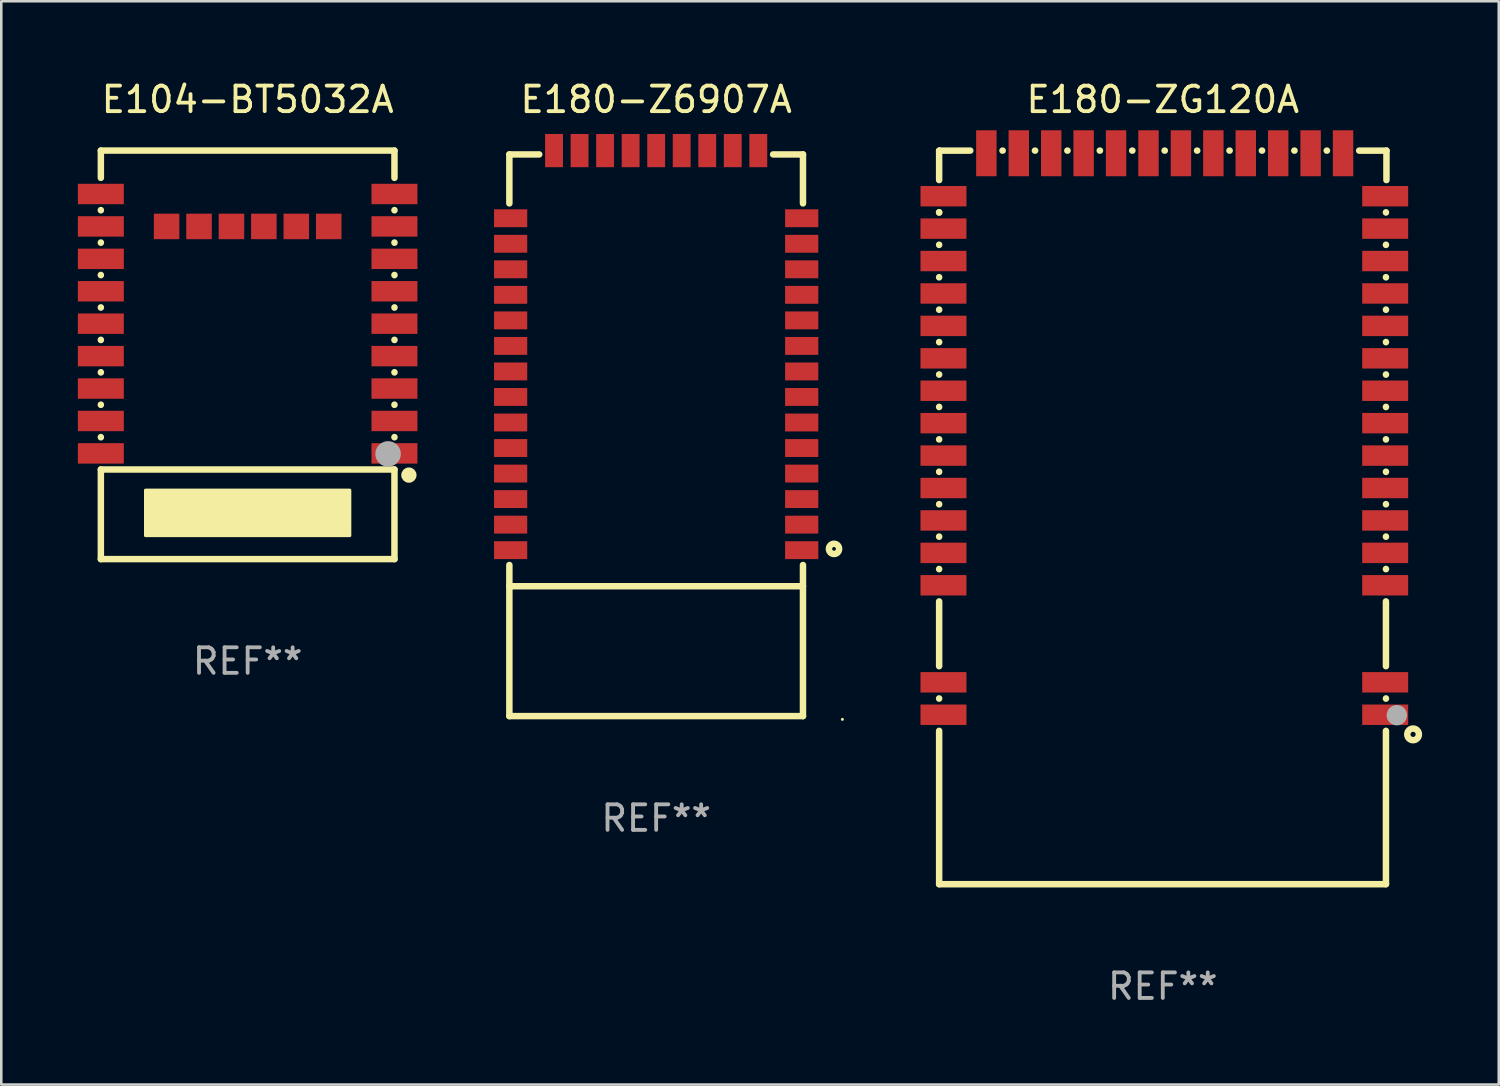
<source format=kicad_pcb>
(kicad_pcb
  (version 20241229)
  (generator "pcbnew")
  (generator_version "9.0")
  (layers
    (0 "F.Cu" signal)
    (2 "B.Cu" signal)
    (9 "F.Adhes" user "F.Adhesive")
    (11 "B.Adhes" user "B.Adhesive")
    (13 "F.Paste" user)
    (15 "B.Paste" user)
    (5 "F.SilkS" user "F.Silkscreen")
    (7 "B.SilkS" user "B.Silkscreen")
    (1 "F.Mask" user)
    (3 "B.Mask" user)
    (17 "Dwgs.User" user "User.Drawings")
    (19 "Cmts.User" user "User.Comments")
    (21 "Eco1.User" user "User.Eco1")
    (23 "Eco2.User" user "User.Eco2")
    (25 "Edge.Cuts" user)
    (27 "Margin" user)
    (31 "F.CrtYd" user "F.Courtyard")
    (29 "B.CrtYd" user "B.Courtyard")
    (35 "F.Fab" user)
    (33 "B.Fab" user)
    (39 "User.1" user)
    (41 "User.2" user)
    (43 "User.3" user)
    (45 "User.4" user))
  (footprint "E180-Z6907A"
    (layer "F.Cu")
    (at 22.65 13.923)
    (property "Reference" "E180-Z6907A" (at 0 -13.075 0) (layer "F.SilkS") (effects (font (size 1 1) (thickness 0.15))))
    (attr through_hole)
    (fp_line (start -5.75 -10.925) (end -5.75 -9.006) (stroke (width 0.254) (type solid)) (layer "F.SilkS"))
    (fp_line (start -5.75 5.156) (end -5.75 11.075) (stroke (width 0.254) (type solid)) (layer "F.SilkS"))
    (fp_line (start -4.581 -10.925) (end -5.75 -10.925) (stroke (width 0.254) (type solid)) (layer "F.SilkS"))
    (fp_line (start 5.75 -10.925) (end 4.581 -10.925) (stroke (width 0.254) (type solid)) (layer "F.SilkS"))
    (fp_line (start 5.75 -9.006) (end 5.75 -10.925) (stroke (width 0.254) (type solid)) (layer "F.SilkS"))
    (fp_line (start 5.75 5.987) (end -5.75 5.987) (stroke (width 0.254) (type solid)) (layer "F.SilkS"))
    (fp_line (start 5.75 11.075) (end -5.75 11.075) (stroke (width 0.254) (type solid)) (layer "F.SilkS"))
    (fp_line (start 5.75 11.075) (end 5.75 5.156) (stroke (width 0.254) (type solid)) (layer "F.SilkS"))
    (fp_circle (center 6.966 4.525) (end 7.166 4.525) (stroke (width 0.254) (type solid)) (fill no) (layer "F.SilkS"))
    (fp_circle (center 7.293 11.202) (end 7.323 11.202) (stroke (width 0.06) (type solid)) (fill no) (layer "F.SilkS"))
    (fp_text user "ANT" (at 2.475 7.075 0) (layer "B.Mask") (effects (font (size 1 1) (thickness 0.15))))
    (fp_text user "REF**" (at 0 15.075 0) (layer "F.Fab") (effects (font (size 1 1) (thickness 0.15))))
    (pad "1" smd rect (at 5.7 4.575 270) (size 0.7 1.3) (layers "F.Cu" "F.Mask" "F.Paste"))
    (pad "2" smd rect (at 5.7 3.575 270) (size 0.7 1.3) (layers "F.Cu" "F.Mask" "F.Paste"))
    (pad "3" smd rect (at 5.7 2.575 270) (size 0.7 1.3) (layers "F.Cu" "F.Mask" "F.Paste"))
    (pad "4" smd rect (at 5.7 1.575 270) (size 0.7 1.3) (layers "F.Cu" "F.Mask" "F.Paste"))
    (pad "5" smd rect (at 5.7 0.575 270) (size 0.7 1.3) (layers "F.Cu" "F.Mask" "F.Paste"))
    (pad "6" smd rect (at 5.7 -0.425 270) (size 0.7 1.3) (layers "F.Cu" "F.Mask" "F.Paste"))
    (pad "7" smd rect (at 5.7 -1.425 270) (size 0.7 1.3) (layers "F.Cu" "F.Mask" "F.Paste"))
    (pad "8" smd rect (at 5.7 -2.425 270) (size 0.7 1.3) (layers "F.Cu" "F.Mask" "F.Paste"))
    (pad "9" smd rect (at 5.7 -3.425 270) (size 0.7 1.3) (layers "F.Cu" "F.Mask" "F.Paste"))
    (pad "10" smd rect (at 5.7 -4.425 270) (size 0.7 1.3) (layers "F.Cu" "F.Mask" "F.Paste"))
    (pad "11" smd rect (at 5.7 -5.425 270) (size 0.7 1.3) (layers "F.Cu" "F.Mask" "F.Paste"))
    (pad "12" smd rect (at 5.7 -6.425 270) (size 0.7 1.3) (layers "F.Cu" "F.Mask" "F.Paste"))
    (pad "13" smd rect (at 5.7 -7.425 270) (size 0.7 1.3) (layers "F.Cu" "F.Mask" "F.Paste"))
    (pad "14" smd rect (at 5.7 -8.425 270) (size 0.7 1.3) (layers "F.Cu" "F.Mask" "F.Paste"))
    (pad "15" smd rect (at 4 -11.075) (size 0.7 1.3) (layers "F.Cu" "F.Mask" "F.Paste"))
    (pad "16" smd rect (at 3 -11.075) (size 0.7 1.3) (layers "F.Cu" "F.Mask" "F.Paste"))
    (pad "17" smd rect (at 2 -11.075) (size 0.7 1.3) (layers "F.Cu" "F.Mask" "F.Paste"))
    (pad "18" smd rect (at 1 -11.075) (size 0.7 1.3) (layers "F.Cu" "F.Mask" "F.Paste"))
    (pad "19" smd rect (at 0.000152 -11.075) (size 0.7 1.3) (layers "F.Cu" "F.Mask" "F.Paste"))
    (pad "20" smd rect (at -1 -11.075) (size 0.7 1.3) (layers "F.Cu" "F.Mask" "F.Paste"))
    (pad "21" smd rect (at -2 -11.075) (size 0.7 1.3) (layers "F.Cu" "F.Mask" "F.Paste"))
    (pad "22" smd rect (at -3 -11.075) (size 0.7 1.3) (layers "F.Cu" "F.Mask" "F.Paste"))
    (pad "23" smd rect (at -4 -11.075) (size 0.7 1.3) (layers "F.Cu" "F.Mask" "F.Paste"))
    (pad "24" smd rect (at -5.7 -8.425 90) (size 0.7 1.3) (layers "F.Cu" "F.Mask" "F.Paste"))
    (pad "25" smd rect (at -5.7 -7.425 90) (size 0.7 1.3) (layers "F.Cu" "F.Mask" "F.Paste"))
    (pad "26" smd rect (at -5.7 -6.425 90) (size 0.7 1.3) (layers "F.Cu" "F.Mask" "F.Paste"))
    (pad "27" smd rect (at -5.7 -5.425 90) (size 0.7 1.3) (layers "F.Cu" "F.Mask" "F.Paste"))
    (pad "28" smd rect (at -5.7 -4.425 90) (size 0.7 1.3) (layers "F.Cu" "F.Mask" "F.Paste"))
    (pad "29" smd rect (at -5.7 -3.425 90) (size 0.7 1.3) (layers "F.Cu" "F.Mask" "F.Paste"))
    (pad "30" smd rect (at -5.7 -2.425 90) (size 0.7 1.3) (layers "F.Cu" "F.Mask" "F.Paste"))
    (pad "31" smd rect (at -5.7 -1.425 90) (size 0.7 1.3) (layers "F.Cu" "F.Mask" "F.Paste"))
    (pad "32" smd rect (at -5.7 -0.425 90) (size 0.7 1.3) (layers "F.Cu" "F.Mask" "F.Paste"))
    (pad "33" smd rect (at -5.7 0.575 90) (size 0.7 1.3) (layers "F.Cu" "F.Mask" "F.Paste"))
    (pad "34" smd rect (at -5.7 1.575 90) (size 0.7 1.3) (layers "F.Cu" "F.Mask" "F.Paste"))
    (pad "35" smd rect (at -5.7 2.575 90) (size 0.7 1.3) (layers "F.Cu" "F.Mask" "F.Paste"))
    (pad "36" smd rect (at -5.7 3.575 90) (size 0.7 1.3) (layers "F.Cu" "F.Mask" "F.Paste"))
    (pad "37" smd rect (at -5.7 4.575 90) (size 0.7 1.3) (layers "F.Cu" "F.Mask" "F.Paste")))
  (footprint "E104-BT5032A"
    (layer "F.Cu")
    (at 6.65 10.848)
    (property "Reference" "E104-BT5032A" (at 0 -10 0) (layer "F.SilkS") (effects (font (size 1 1) (thickness 0.15))))
    (attr through_hole)
    (fp_line (start -5.75 -6.931) (end -5.75 -8) (stroke (width 0.254) (type solid)) (layer "F.SilkS"))
    (fp_line (start -5.75 -5.661) (end -5.75 -5.669) (stroke (width 0.254) (type solid)) (layer "F.SilkS"))
    (fp_line (start -5.75 -4.391) (end -5.75 -4.399) (stroke (width 0.254) (type solid)) (layer "F.SilkS"))
    (fp_line (start -5.75 -3.121) (end -5.75 -3.129) (stroke (width 0.254) (type solid)) (layer "F.SilkS"))
    (fp_line (start -5.75 -1.851) (end -5.75 -1.859) (stroke (width 0.254) (type solid)) (layer "F.SilkS"))
    (fp_line (start -5.75 -0.581) (end -5.75 -0.589) (stroke (width 0.254) (type solid)) (layer "F.SilkS"))
    (fp_line (start -5.75 0.689) (end -5.75 0.681) (stroke (width 0.254) (type solid)) (layer "F.SilkS"))
    (fp_line (start -5.75 1.959) (end -5.75 1.951) (stroke (width 0.254) (type solid)) (layer "F.SilkS"))
    (fp_line (start -5.75 3.229) (end -5.75 3.221) (stroke (width 0.254) (type solid)) (layer "F.SilkS"))
    (fp_line (start -5.75 4.491) (end 5.75 4.491) (stroke (width 0.254) (type solid)) (layer "F.SilkS"))
    (fp_line (start -5.75 8) (end -5.75 4.491) (stroke (width 0.254) (type solid)) (layer "F.SilkS"))
    (fp_line (start 5.75 -8) (end -5.75 -8) (stroke (width 0.254) (type solid)) (layer "F.SilkS"))
    (fp_line (start 5.75 -8) (end 5.75 -6.931) (stroke (width 0.254) (type solid)) (layer "F.SilkS"))
    (fp_line (start 5.75 -5.669) (end 5.75 -5.661) (stroke (width 0.254) (type solid)) (layer "F.SilkS"))
    (fp_line (start 5.75 -4.399) (end 5.75 -4.391) (stroke (width 0.254) (type solid)) (layer "F.SilkS"))
    (fp_line (start 5.75 -3.129) (end 5.75 -3.121) (stroke (width 0.254) (type solid)) (layer "F.SilkS"))
    (fp_line (start 5.75 -1.859) (end 5.75 -1.851) (stroke (width 0.254) (type solid)) (layer "F.SilkS"))
    (fp_line (start 5.75 -0.589) (end 5.75 -0.581) (stroke (width 0.254) (type solid)) (layer "F.SilkS"))
    (fp_line (start 5.75 0.681) (end 5.75 0.689) (stroke (width 0.254) (type solid)) (layer "F.SilkS"))
    (fp_line (start 5.75 1.951) (end 5.75 1.959) (stroke (width 0.254) (type solid)) (layer "F.SilkS"))
    (fp_line (start 5.75 3.221) (end 5.75 3.229) (stroke (width 0.254) (type solid)) (layer "F.SilkS"))
    (fp_line (start 5.75 4.491) (end 5.75 8) (stroke (width 0.254) (type solid)) (layer "F.SilkS"))
    (fp_line (start 5.75 8) (end -5.75 8) (stroke (width 0.254) (type solid)) (layer "F.SilkS"))
    (fp_circle (center 5.75 8) (end 5.78 8) (stroke (width 0.06) (type solid)) (fill no) (layer "F.SilkS"))
    (fp_circle (center 6.315 4.71) (end 6.465 4.71) (stroke (width 0.3) (type solid)) (fill no) (layer "F.SilkS"))
    (fp_poly (pts (xy -4 5.3) (xy 4 5.3) (xy 4 7.08) (xy -4 7.08)) (stroke (width 0.12) (type solid)) (fill yes) (layer "F.SilkS"))
    (fp_circle (center 5.5 3.88) (end 5.75 3.88) (stroke (width 0.5) (type solid)) (fill no) (layer "F.Fab"))
    (fp_text user "REF**" (at 0 12 0) (layer "F.Fab") (effects (font (size 1 1) (thickness 0.15))))
    (pad "1" smd rect (at 5.75 3.86 180) (size 1.8 0.8) (layers "F.Cu" "F.Mask" "F.Paste"))
    (pad "2" smd rect (at 5.75 2.59 180) (size 1.8 0.8) (layers "F.Cu" "F.Mask" "F.Paste"))
    (pad "3" smd rect (at 5.75 1.32 180) (size 1.8 0.8) (layers "F.Cu" "F.Mask" "F.Paste"))
    (pad "4" smd rect (at 5.75 0.05 180) (size 1.8 0.8) (layers "F.Cu" "F.Mask" "F.Paste"))
    (pad "5" smd rect (at 5.75 -1.22 180) (size 1.8 0.8) (layers "F.Cu" "F.Mask" "F.Paste"))
    (pad "6" smd rect (at 5.75 -2.49 180) (size 1.8 0.8) (layers "F.Cu" "F.Mask" "F.Paste"))
    (pad "7" smd rect (at 5.75 -3.76 180) (size 1.8 0.8) (layers "F.Cu" "F.Mask" "F.Paste"))
    (pad "8" smd rect (at 5.75 -5.03 180) (size 1.8 0.8) (layers "F.Cu" "F.Mask" "F.Paste"))
    (pad "9" smd rect (at 5.75 -6.3 180) (size 1.8 0.8) (layers "F.Cu" "F.Mask" "F.Paste"))
    (pad "10" smd rect (at 3.175 -5.03 180) (size 1 1) (layers "F.Cu" "F.Mask" "F.Paste"))
    (pad "11" smd rect (at 1.905 -5.03 180) (size 1 1) (layers "F.Cu" "F.Mask" "F.Paste"))
    (pad "12" smd rect (at 0.635 -5.03 180) (size 1 1) (layers "F.Cu" "F.Mask" "F.Paste"))
    (pad "13" smd rect (at -0.635 -5.03 180) (size 1 1) (layers "F.Cu" "F.Mask" "F.Paste"))
    (pad "14" smd rect (at -1.905 -5.03 180) (size 1 1) (layers "F.Cu" "F.Mask" "F.Paste"))
    (pad "15" smd rect (at -3.175 -5.03 180) (size 1 1) (layers "F.Cu" "F.Mask" "F.Paste"))
    (pad "16" smd rect (at -5.75 -6.3 180) (size 1.8 0.8) (layers "F.Cu" "F.Mask" "F.Paste"))
    (pad "17" smd rect (at -5.75 -5.03 180) (size 1.8 0.8) (layers "F.Cu" "F.Mask" "F.Paste"))
    (pad "18" smd rect (at -5.75 -3.76 180) (size 1.8 0.8) (layers "F.Cu" "F.Mask" "F.Paste"))
    (pad "19" smd rect (at -5.75 -2.49 180) (size 1.8 0.8) (layers "F.Cu" "F.Mask" "F.Paste"))
    (pad "20" smd rect (at -5.75 -1.22 180) (size 1.8 0.8) (layers "F.Cu" "F.Mask" "F.Paste"))
    (pad "21" smd rect (at -5.75 0.05 180) (size 1.8 0.8) (layers "F.Cu" "F.Mask" "F.Paste"))
    (pad "22" smd rect (at -5.75 1.32 180) (size 1.8 0.8) (layers "F.Cu" "F.Mask" "F.Paste"))
    (pad "23" smd rect (at -5.75 2.59 180) (size 1.8 0.8) (layers "F.Cu" "F.Mask" "F.Paste"))
    (pad "24" smd rect (at -5.75 3.86 180) (size 1.8 0.8) (layers "F.Cu" "F.Mask" "F.Paste")))
  (footprint "E180-ZG120A"
    (layer "F.Cu")
    (at 42.493 17.215)
    (property "Reference" "E180-ZG120A" (at 0 -16.366 0) (layer "F.SilkS") (effects (font (size 1 1) (thickness 0.15))))
    (attr through_hole)
    (fp_line (start -8.76 -14.356) (end -8.75 -14.366) (stroke (width 0.254) (type solid)) (layer "F.SilkS"))
    (fp_line (start -8.76 -13.212) (end -8.76 -14.356) (stroke (width 0.254) (type solid)) (layer "F.SilkS"))
    (fp_line (start -8.76 -11.942) (end -8.76 -11.95) (stroke (width 0.254) (type solid)) (layer "F.SilkS"))
    (fp_line (start -8.76 -11.942) (end -8.76 -11.95) (stroke (width 0.254) (type solid)) (layer "F.SilkS"))
    (fp_line (start -8.76 -10.672) (end -8.76 -10.68) (stroke (width 0.254) (type solid)) (layer "F.SilkS"))
    (fp_line (start -8.76 -9.402) (end -8.76 -9.41) (stroke (width 0.254) (type solid)) (layer "F.SilkS"))
    (fp_line (start -8.76 -8.132) (end -8.76 -8.14) (stroke (width 0.254) (type solid)) (layer "F.SilkS"))
    (fp_line (start -8.76 -6.862) (end -8.76 -6.87) (stroke (width 0.254) (type solid)) (layer "F.SilkS"))
    (fp_line (start -8.76 -5.592) (end -8.76 -5.6) (stroke (width 0.254) (type solid)) (layer "F.SilkS"))
    (fp_line (start -8.76 -4.322) (end -8.76 -4.33) (stroke (width 0.254) (type solid)) (layer "F.SilkS"))
    (fp_line (start -8.76 -3.052) (end -8.76 -3.06) (stroke (width 0.254) (type solid)) (layer "F.SilkS"))
    (fp_line (start -8.76 -1.782) (end -8.76 -1.79) (stroke (width 0.254) (type solid)) (layer "F.SilkS"))
    (fp_line (start -8.76 -0.512) (end -8.76 -0.52) (stroke (width 0.254) (type solid)) (layer "F.SilkS"))
    (fp_line (start -8.76 0.758) (end -8.76 0.75) (stroke (width 0.254) (type solid)) (layer "F.SilkS"))
    (fp_line (start -8.76 2.028) (end -8.76 2.02) (stroke (width 0.254) (type solid)) (layer "F.SilkS"))
    (fp_line (start -8.76 5.828) (end -8.76 3.29) (stroke (width 0.254) (type solid)) (layer "F.SilkS"))
    (fp_line (start -8.76 7.098) (end -8.76 7.09) (stroke (width 0.254) (type solid)) (layer "F.SilkS"))
    (fp_line (start -8.76 14.366) (end -8.76 8.36) (stroke (width 0.254) (type solid)) (layer "F.SilkS"))
    (fp_line (start -8.75 -14.366) (end -7.541 -14.366) (stroke (width 0.254) (type solid)) (layer "F.SilkS"))
    (fp_line (start -6.279 -14.366) (end -6.271 -14.366) (stroke (width 0.254) (type solid)) (layer "F.SilkS"))
    (fp_line (start -5.009 -14.366) (end -5.001 -14.366) (stroke (width 0.254) (type solid)) (layer "F.SilkS"))
    (fp_line (start -3.739 -14.366) (end -3.731 -14.366) (stroke (width 0.254) (type solid)) (layer "F.SilkS"))
    (fp_line (start -2.469 -14.366) (end -2.461 -14.366) (stroke (width 0.254) (type solid)) (layer "F.SilkS"))
    (fp_line (start -1.199 -14.366) (end -1.191 -14.366) (stroke (width 0.254) (type solid)) (layer "F.SilkS"))
    (fp_line (start 0.071 -14.366) (end 0.079 -14.366) (stroke (width 0.254) (type solid)) (layer "F.SilkS"))
    (fp_line (start 1.341 -14.366) (end 1.349 -14.366) (stroke (width 0.254) (type solid)) (layer "F.SilkS"))
    (fp_line (start 2.611 -14.366) (end 2.619 -14.366) (stroke (width 0.254) (type solid)) (layer "F.SilkS"))
    (fp_line (start 3.881 -14.366) (end 3.889 -14.366) (stroke (width 0.254) (type solid)) (layer "F.SilkS"))
    (fp_line (start 5.151 -14.366) (end 5.159 -14.366) (stroke (width 0.254) (type solid)) (layer "F.SilkS"))
    (fp_line (start 6.421 -14.366) (end 6.429 -14.366) (stroke (width 0.254) (type solid)) (layer "F.SilkS"))
    (fp_line (start 7.691 -14.366) (end 8.76 -14.366) (stroke (width 0.254) (type solid)) (layer "F.SilkS"))
    (fp_line (start 8.74 -11.95) (end 8.74 -11.942) (stroke (width 0.254) (type solid)) (layer "F.SilkS"))
    (fp_line (start 8.74 -10.68) (end 8.74 -10.672) (stroke (width 0.254) (type solid)) (layer "F.SilkS"))
    (fp_line (start 8.74 -9.41) (end 8.74 -9.402) (stroke (width 0.254) (type solid)) (layer "F.SilkS"))
    (fp_line (start 8.74 -8.14) (end 8.74 -8.132) (stroke (width 0.254) (type solid)) (layer "F.SilkS"))
    (fp_line (start 8.74 -6.87) (end 8.74 -6.862) (stroke (width 0.254) (type solid)) (layer "F.SilkS"))
    (fp_line (start 8.74 -5.6) (end 8.74 -5.592) (stroke (width 0.254) (type solid)) (layer "F.SilkS"))
    (fp_line (start 8.74 -4.33) (end 8.74 -4.322) (stroke (width 0.254) (type solid)) (layer "F.SilkS"))
    (fp_line (start 8.74 -3.06) (end 8.74 -3.052) (stroke (width 0.254) (type solid)) (layer "F.SilkS"))
    (fp_line (start 8.74 -1.79) (end 8.74 -1.782) (stroke (width 0.254) (type solid)) (layer "F.SilkS"))
    (fp_line (start 8.74 -0.52) (end 8.74 -0.512) (stroke (width 0.254) (type solid)) (layer "F.SilkS"))
    (fp_line (start 8.74 0.75) (end 8.74 0.758) (stroke (width 0.254) (type solid)) (layer "F.SilkS"))
    (fp_line (start 8.74 2.02) (end 8.74 2.028) (stroke (width 0.254) (type solid)) (layer "F.SilkS"))
    (fp_line (start 8.74 3.29) (end 8.74 5.828) (stroke (width 0.254) (type solid)) (layer "F.SilkS"))
    (fp_line (start 8.74 7.09) (end 8.74 7.098) (stroke (width 0.254) (type solid)) (layer "F.SilkS"))
    (fp_line (start 8.74 8.36) (end 8.74 14.366) (stroke (width 0.254) (type solid)) (layer "F.SilkS"))
    (fp_line (start 8.74 14.366) (end -8.76 14.366) (stroke (width 0.254) (type solid)) (layer "F.SilkS"))
    (fp_line (start 8.76 -14.366) (end 8.76 -13.212) (stroke (width 0.254) (type solid)) (layer "F.SilkS"))
    (fp_circle (center 8.81 14.339) (end 8.84 14.339) (stroke (width 0.06) (type solid)) (fill no) (layer "F.SilkS"))
    (fp_circle (center 9.803 8.498) (end 10.031 8.498) (stroke (width 0.254) (type solid)) (fill no) (layer "F.SilkS"))
    (fp_circle (center 9.166 7.747) (end 9.366 7.747) (stroke (width 0.4) (type solid)) (fill no) (layer "F.Fab"))
    (fp_text user "REF**" (at 0 18.366 0) (layer "F.Fab") (effects (font (size 1 1) (thickness 0.15))))
    (pad "1" smd rect (at 8.71 7.729 180) (size 1.8 0.8) (layers "F.Cu" "F.Mask" "F.Paste"))
    (pad "2" smd rect (at 8.71 6.459 180) (size 1.8 0.8) (layers "F.Cu" "F.Mask" "F.Paste"))
    (pad "3" smd rect (at 8.71 2.659 180) (size 1.8 0.8) (layers "F.Cu" "F.Mask" "F.Paste"))
    (pad "4" smd rect (at 8.71 1.389 180) (size 1.8 0.8) (layers "F.Cu" "F.Mask" "F.Paste"))
    (pad "5" smd rect (at 8.71 0.119 180) (size 1.8 0.8) (layers "F.Cu" "F.Mask" "F.Paste"))
    (pad "6" smd rect (at 8.71 -1.151 180) (size 1.8 0.8) (layers "F.Cu" "F.Mask" "F.Paste"))
    (pad "7" smd rect (at 8.71 -2.421 180) (size 1.8 0.8) (layers "F.Cu" "F.Mask" "F.Paste"))
    (pad "8" smd rect (at 8.71 -3.691 180) (size 1.8 0.8) (layers "F.Cu" "F.Mask" "F.Paste"))
    (pad "9" smd rect (at 8.71 -4.961 180) (size 1.8 0.8) (layers "F.Cu" "F.Mask" "F.Paste"))
    (pad "10" smd rect (at 8.71 -6.231 180) (size 1.8 0.8) (layers "F.Cu" "F.Mask" "F.Paste"))
    (pad "11" smd rect (at 8.71 -7.501 180) (size 1.8 0.8) (layers "F.Cu" "F.Mask" "F.Paste"))
    (pad "12" smd rect (at 8.71 -8.771 180) (size 1.8 0.8) (layers "F.Cu" "F.Mask" "F.Paste"))
    (pad "13" smd rect (at 8.71 -10.041 180) (size 1.8 0.8) (layers "F.Cu" "F.Mask" "F.Paste"))
    (pad "14" smd rect (at 8.71 -11.311 180) (size 1.8 0.8) (layers "F.Cu" "F.Mask" "F.Paste"))
    (pad "15" smd rect (at 8.71 -12.581 180) (size 1.8 0.8) (layers "F.Cu" "F.Mask" "F.Paste"))
    (pad "16" smd rect (at 7.06 -14.262 270) (size 1.8 0.8) (layers "F.Cu" "F.Mask" "F.Paste"))
    (pad "17" smd rect (at 5.79 -14.262 270) (size 1.8 0.8) (layers "F.Cu" "F.Mask" "F.Paste"))
    (pad "18" smd rect (at 4.52 -14.262 270) (size 1.8 0.8) (layers "F.Cu" "F.Mask" "F.Paste"))
    (pad "19" smd rect (at 3.25 -14.262 270) (size 1.8 0.8) (layers "F.Cu" "F.Mask" "F.Paste"))
    (pad "20" smd rect (at 1.98 -14.262 270) (size 1.8 0.8) (layers "F.Cu" "F.Mask" "F.Paste"))
    (pad "21" smd rect (at 0.71 -14.262 270) (size 1.8 0.8) (layers "F.Cu" "F.Mask" "F.Paste"))
    (pad "22" smd rect (at -0.56 -14.262 270) (size 1.8 0.8) (layers "F.Cu" "F.Mask" "F.Paste"))
    (pad "23" smd rect (at -1.83 -14.262 270) (size 1.8 0.8) (layers "F.Cu" "F.Mask" "F.Paste"))
    (pad "24" smd rect (at -3.1 -14.262 270) (size 1.8 0.8) (layers "F.Cu" "F.Mask" "F.Paste"))
    (pad "25" smd rect (at -4.37 -14.262 270) (size 1.8 0.8) (layers "F.Cu" "F.Mask" "F.Paste"))
    (pad "26" smd rect (at -5.64 -14.262 270) (size 1.8 0.8) (layers "F.Cu" "F.Mask" "F.Paste"))
    (pad "27" smd rect (at -6.91 -14.262 270) (size 1.8 0.8) (layers "F.Cu" "F.Mask" "F.Paste"))
    (pad "28" smd rect (at -8.59 -12.581) (size 1.8 0.8) (layers "F.Cu" "F.Mask" "F.Paste"))
    (pad "29" smd rect (at -8.59 -11.311) (size 1.8 0.8) (layers "F.Cu" "F.Mask" "F.Paste"))
    (pad "30" smd rect (at -8.59 -10.041) (size 1.8 0.8) (layers "F.Cu" "F.Mask" "F.Paste"))
    (pad "31" smd rect (at -8.59 -8.771) (size 1.8 0.8) (layers "F.Cu" "F.Mask" "F.Paste"))
    (pad "32" smd rect (at -8.59 -7.501) (size 1.8 0.8) (layers "F.Cu" "F.Mask" "F.Paste"))
    (pad "33" smd rect (at -8.59 -6.231) (size 1.8 0.8) (layers "F.Cu" "F.Mask" "F.Paste"))
    (pad "34" smd rect (at -8.59 -4.961) (size 1.8 0.8) (layers "F.Cu" "F.Mask" "F.Paste"))
    (pad "35" smd rect (at -8.59 -3.691) (size 1.8 0.8) (layers "F.Cu" "F.Mask" "F.Paste"))
    (pad "36" smd rect (at -8.59 -2.421) (size 1.8 0.8) (layers "F.Cu" "F.Mask" "F.Paste"))
    (pad "37" smd rect (at -8.59 -1.151) (size 1.8 0.8) (layers "F.Cu" "F.Mask" "F.Paste"))
    (pad "38" smd rect (at -8.59 0.119) (size 1.8 0.8) (layers "F.Cu" "F.Mask" "F.Paste"))
    (pad "39" smd rect (at -8.59 1.389) (size 1.8 0.8) (layers "F.Cu" "F.Mask" "F.Paste"))
    (pad "40" smd rect (at -8.59 2.659) (size 1.8 0.8) (layers "F.Cu" "F.Mask" "F.Paste"))
    (pad "41" smd rect (at -8.59 6.459) (size 1.8 0.8) (layers "F.Cu" "F.Mask" "F.Paste"))
    (pad "42" smd rect (at -8.59 7.729) (size 1.8 0.8) (layers "F.Cu" "F.Mask" "F.Paste")))
  (gr_rect
    (start -3 -3)
    (end 55.651 39.429)
    (stroke (width 0.1) (type default))
    (fill no)
    (layer "Edge.Cuts")))
</source>
